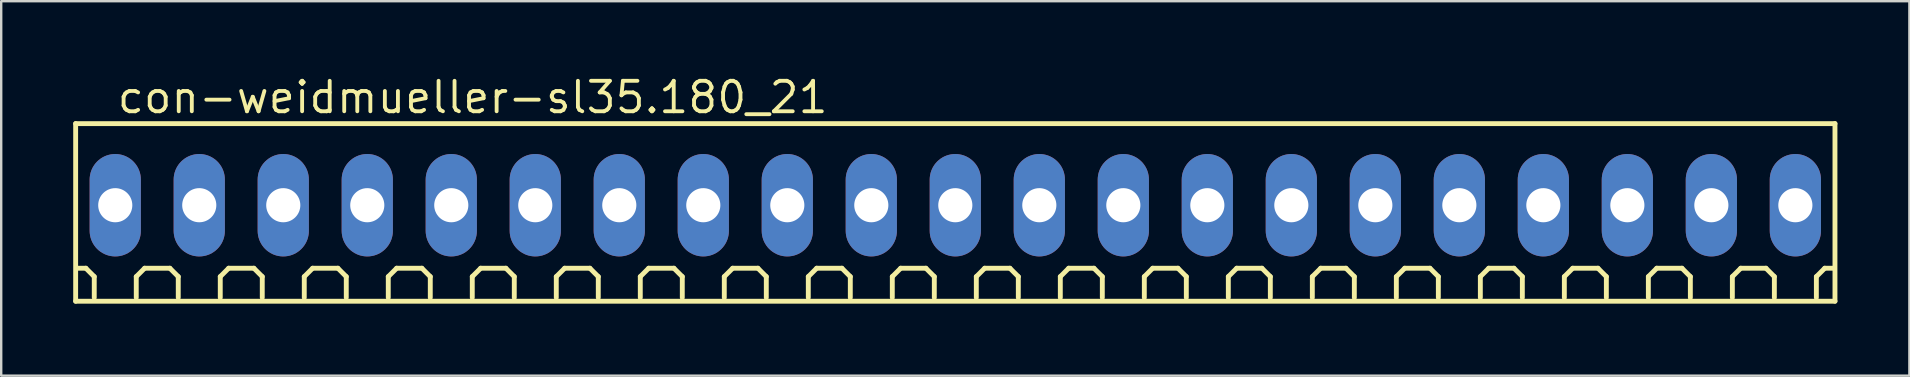
<source format=kicad_pcb>
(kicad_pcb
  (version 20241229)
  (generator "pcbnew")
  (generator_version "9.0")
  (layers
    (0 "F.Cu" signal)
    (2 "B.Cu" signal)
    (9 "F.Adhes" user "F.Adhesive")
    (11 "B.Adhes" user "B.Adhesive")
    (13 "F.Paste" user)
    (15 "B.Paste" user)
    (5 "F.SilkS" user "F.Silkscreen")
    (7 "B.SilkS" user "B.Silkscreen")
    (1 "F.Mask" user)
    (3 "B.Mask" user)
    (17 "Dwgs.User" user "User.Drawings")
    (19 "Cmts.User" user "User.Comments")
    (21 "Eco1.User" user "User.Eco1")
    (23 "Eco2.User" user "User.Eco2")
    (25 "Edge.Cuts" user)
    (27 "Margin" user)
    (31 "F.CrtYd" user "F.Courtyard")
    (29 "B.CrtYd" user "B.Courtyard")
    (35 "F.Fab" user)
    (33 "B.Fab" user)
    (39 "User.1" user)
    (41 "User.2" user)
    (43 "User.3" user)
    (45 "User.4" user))
  (footprint "con-weidmueller-sl35.180_21"
    (layer "F.Cu")
    (at 36.752 5.5)
    (property "Reference" "con-weidmueller-sl35.180_21" (at -35 -3.75 0) (layer "F.SilkS") (effects (font (size 1.27 1.27) (thickness 0.16)) (justify left bottom)))
    (attr through_hole)
    (fp_line (start -36.65 -3.4) (end 36.65 -3.4) (stroke (width 0.203) (type default)) (layer "F.SilkS"))
    (fp_line (start -36.65 4) (end -36.65 -3.4) (stroke (width 0.203) (type default)) (layer "F.SilkS"))
    (fp_line (start -36.225 2.625) (end -36.575 2.625) (stroke (width 0.203) (type default)) (layer "F.SilkS"))
    (fp_line (start -35.875 2.975) (end -36.225 2.625) (stroke (width 0.203) (type default)) (layer "F.SilkS"))
    (fp_line (start -35.875 3.85) (end -35.875 2.975) (stroke (width 0.203) (type default)) (layer "F.SilkS"))
    (fp_line (start -34.125 2.975) (end -33.775 2.625) (stroke (width 0.203) (type default)) (layer "F.SilkS"))
    (fp_line (start -34.125 3.85) (end -34.125 2.975) (stroke (width 0.203) (type default)) (layer "F.SilkS"))
    (fp_line (start -33.775 2.625) (end -32.725 2.625) (stroke (width 0.203) (type default)) (layer "F.SilkS"))
    (fp_line (start -32.725 2.625) (end -32.375 2.975) (stroke (width 0.203) (type default)) (layer "F.SilkS"))
    (fp_line (start -32.375 2.975) (end -32.375 3.85) (stroke (width 0.203) (type default)) (layer "F.SilkS"))
    (fp_line (start -30.625 2.975) (end -30.275 2.625) (stroke (width 0.203) (type default)) (layer "F.SilkS"))
    (fp_line (start -30.625 3.85) (end -30.625 2.975) (stroke (width 0.203) (type default)) (layer "F.SilkS"))
    (fp_line (start -30.275 2.625) (end -29.225 2.625) (stroke (width 0.203) (type default)) (layer "F.SilkS"))
    (fp_line (start -29.225 2.625) (end -28.875 2.975) (stroke (width 0.203) (type default)) (layer "F.SilkS"))
    (fp_line (start -28.875 2.975) (end -28.875 3.85) (stroke (width 0.203) (type default)) (layer "F.SilkS"))
    (fp_line (start -27.125 2.975) (end -26.775 2.625) (stroke (width 0.203) (type default)) (layer "F.SilkS"))
    (fp_line (start -27.125 3.85) (end -27.125 2.975) (stroke (width 0.203) (type default)) (layer "F.SilkS"))
    (fp_line (start -26.775 2.625) (end -25.725 2.625) (stroke (width 0.203) (type default)) (layer "F.SilkS"))
    (fp_line (start -25.725 2.625) (end -25.375 2.975) (stroke (width 0.203) (type default)) (layer "F.SilkS"))
    (fp_line (start -25.375 2.975) (end -25.375 3.85) (stroke (width 0.203) (type default)) (layer "F.SilkS"))
    (fp_line (start -23.625 2.975) (end -23.275 2.625) (stroke (width 0.203) (type default)) (layer "F.SilkS"))
    (fp_line (start -23.625 3.85) (end -23.625 2.975) (stroke (width 0.203) (type default)) (layer "F.SilkS"))
    (fp_line (start -23.275 2.625) (end -22.225 2.625) (stroke (width 0.203) (type default)) (layer "F.SilkS"))
    (fp_line (start -22.225 2.625) (end -21.875 2.975) (stroke (width 0.203) (type default)) (layer "F.SilkS"))
    (fp_line (start -21.875 2.975) (end -21.875 3.85) (stroke (width 0.203) (type default)) (layer "F.SilkS"))
    (fp_line (start -20.125 2.975) (end -19.775 2.625) (stroke (width 0.203) (type default)) (layer "F.SilkS"))
    (fp_line (start -20.125 3.85) (end -20.125 2.975) (stroke (width 0.203) (type default)) (layer "F.SilkS"))
    (fp_line (start -19.775 2.625) (end -18.725 2.625) (stroke (width 0.203) (type default)) (layer "F.SilkS"))
    (fp_line (start -18.725 2.625) (end -18.375 2.975) (stroke (width 0.203) (type default)) (layer "F.SilkS"))
    (fp_line (start -18.375 2.975) (end -18.375 3.85) (stroke (width 0.203) (type default)) (layer "F.SilkS"))
    (fp_line (start -16.625 2.975) (end -16.275 2.625) (stroke (width 0.203) (type default)) (layer "F.SilkS"))
    (fp_line (start -16.625 3.85) (end -16.625 2.975) (stroke (width 0.203) (type default)) (layer "F.SilkS"))
    (fp_line (start -16.275 2.625) (end -15.225 2.625) (stroke (width 0.203) (type default)) (layer "F.SilkS"))
    (fp_line (start -15.225 2.625) (end -14.875 2.975) (stroke (width 0.203) (type default)) (layer "F.SilkS"))
    (fp_line (start -14.875 2.975) (end -14.875 3.85) (stroke (width 0.203) (type default)) (layer "F.SilkS"))
    (fp_line (start -13.125 2.975) (end -12.775 2.625) (stroke (width 0.203) (type default)) (layer "F.SilkS"))
    (fp_line (start -13.125 3.85) (end -13.125 2.975) (stroke (width 0.203) (type default)) (layer "F.SilkS"))
    (fp_line (start -12.775 2.625) (end -11.725 2.625) (stroke (width 0.203) (type default)) (layer "F.SilkS"))
    (fp_line (start -11.725 2.625) (end -11.375 2.975) (stroke (width 0.203) (type default)) (layer "F.SilkS"))
    (fp_line (start -11.375 2.975) (end -11.375 3.85) (stroke (width 0.203) (type default)) (layer "F.SilkS"))
    (fp_line (start -9.625 2.975) (end -9.275 2.625) (stroke (width 0.203) (type default)) (layer "F.SilkS"))
    (fp_line (start -9.625 3.85) (end -9.625 2.975) (stroke (width 0.203) (type default)) (layer "F.SilkS"))
    (fp_line (start -9.275 2.625) (end -8.225 2.625) (stroke (width 0.203) (type default)) (layer "F.SilkS"))
    (fp_line (start -8.225 2.625) (end -7.875 2.975) (stroke (width 0.203) (type default)) (layer "F.SilkS"))
    (fp_line (start -7.875 2.975) (end -7.875 3.85) (stroke (width 0.203) (type default)) (layer "F.SilkS"))
    (fp_line (start -6.125 2.975) (end -5.775 2.625) (stroke (width 0.203) (type default)) (layer "F.SilkS"))
    (fp_line (start -6.125 3.85) (end -6.125 2.975) (stroke (width 0.203) (type default)) (layer "F.SilkS"))
    (fp_line (start -5.775 2.625) (end -4.725 2.625) (stroke (width 0.203) (type default)) (layer "F.SilkS"))
    (fp_line (start -4.725 2.625) (end -4.375 2.975) (stroke (width 0.203) (type default)) (layer "F.SilkS"))
    (fp_line (start -4.375 2.975) (end -4.375 3.85) (stroke (width 0.203) (type default)) (layer "F.SilkS"))
    (fp_line (start -2.625 2.975) (end -2.275 2.625) (stroke (width 0.203) (type default)) (layer "F.SilkS"))
    (fp_line (start -2.625 3.85) (end -2.625 2.975) (stroke (width 0.203) (type default)) (layer "F.SilkS"))
    (fp_line (start -2.275 2.625) (end -1.225 2.625) (stroke (width 0.203) (type default)) (layer "F.SilkS"))
    (fp_line (start -1.225 2.625) (end -0.875 2.975) (stroke (width 0.203) (type default)) (layer "F.SilkS"))
    (fp_line (start -0.875 2.975) (end -0.875 3.85) (stroke (width 0.203) (type default)) (layer "F.SilkS"))
    (fp_line (start 0.875 2.975) (end 1.225 2.625) (stroke (width 0.203) (type default)) (layer "F.SilkS"))
    (fp_line (start 0.875 3.85) (end 0.875 2.975) (stroke (width 0.203) (type default)) (layer "F.SilkS"))
    (fp_line (start 1.225 2.625) (end 2.275 2.625) (stroke (width 0.203) (type default)) (layer "F.SilkS"))
    (fp_line (start 2.275 2.625) (end 2.625 2.975) (stroke (width 0.203) (type default)) (layer "F.SilkS"))
    (fp_line (start 2.625 2.975) (end 2.625 3.85) (stroke (width 0.203) (type default)) (layer "F.SilkS"))
    (fp_line (start 4.375 2.975) (end 4.725 2.625) (stroke (width 0.203) (type default)) (layer "F.SilkS"))
    (fp_line (start 4.375 3.85) (end 4.375 2.975) (stroke (width 0.203) (type default)) (layer "F.SilkS"))
    (fp_line (start 4.725 2.625) (end 5.775 2.625) (stroke (width 0.203) (type default)) (layer "F.SilkS"))
    (fp_line (start 5.775 2.625) (end 6.125 2.975) (stroke (width 0.203) (type default)) (layer "F.SilkS"))
    (fp_line (start 6.125 2.975) (end 6.125 3.85) (stroke (width 0.203) (type default)) (layer "F.SilkS"))
    (fp_line (start 7.875 2.975) (end 8.225 2.625) (stroke (width 0.203) (type default)) (layer "F.SilkS"))
    (fp_line (start 7.875 3.85) (end 7.875 2.975) (stroke (width 0.203) (type default)) (layer "F.SilkS"))
    (fp_line (start 8.225 2.625) (end 9.275 2.625) (stroke (width 0.203) (type default)) (layer "F.SilkS"))
    (fp_line (start 9.275 2.625) (end 9.625 2.975) (stroke (width 0.203) (type default)) (layer "F.SilkS"))
    (fp_line (start 9.625 2.975) (end 9.625 3.85) (stroke (width 0.203) (type default)) (layer "F.SilkS"))
    (fp_line (start 11.375 2.975) (end 11.725 2.625) (stroke (width 0.203) (type default)) (layer "F.SilkS"))
    (fp_line (start 11.375 3.85) (end 11.375 2.975) (stroke (width 0.203) (type default)) (layer "F.SilkS"))
    (fp_line (start 11.725 2.625) (end 12.775 2.625) (stroke (width 0.203) (type default)) (layer "F.SilkS"))
    (fp_line (start 12.775 2.625) (end 13.125 2.975) (stroke (width 0.203) (type default)) (layer "F.SilkS"))
    (fp_line (start 13.125 2.975) (end 13.125 3.85) (stroke (width 0.203) (type default)) (layer "F.SilkS"))
    (fp_line (start 14.875 2.975) (end 15.225 2.625) (stroke (width 0.203) (type default)) (layer "F.SilkS"))
    (fp_line (start 14.875 3.85) (end 14.875 2.975) (stroke (width 0.203) (type default)) (layer "F.SilkS"))
    (fp_line (start 15.225 2.625) (end 16.275 2.625) (stroke (width 0.203) (type default)) (layer "F.SilkS"))
    (fp_line (start 16.275 2.625) (end 16.625 2.975) (stroke (width 0.203) (type default)) (layer "F.SilkS"))
    (fp_line (start 16.625 2.975) (end 16.625 3.85) (stroke (width 0.203) (type default)) (layer "F.SilkS"))
    (fp_line (start 18.375 2.975) (end 18.725 2.625) (stroke (width 0.203) (type default)) (layer "F.SilkS"))
    (fp_line (start 18.375 3.85) (end 18.375 2.975) (stroke (width 0.203) (type default)) (layer "F.SilkS"))
    (fp_line (start 18.725 2.625) (end 19.775 2.625) (stroke (width 0.203) (type default)) (layer "F.SilkS"))
    (fp_line (start 19.775 2.625) (end 20.125 2.975) (stroke (width 0.203) (type default)) (layer "F.SilkS"))
    (fp_line (start 20.125 2.975) (end 20.125 3.85) (stroke (width 0.203) (type default)) (layer "F.SilkS"))
    (fp_line (start 21.875 2.975) (end 22.225 2.625) (stroke (width 0.203) (type default)) (layer "F.SilkS"))
    (fp_line (start 21.875 3.85) (end 21.875 2.975) (stroke (width 0.203) (type default)) (layer "F.SilkS"))
    (fp_line (start 22.225 2.625) (end 23.275 2.625) (stroke (width 0.203) (type default)) (layer "F.SilkS"))
    (fp_line (start 23.275 2.625) (end 23.625 2.975) (stroke (width 0.203) (type default)) (layer "F.SilkS"))
    (fp_line (start 23.625 2.975) (end 23.625 3.85) (stroke (width 0.203) (type default)) (layer "F.SilkS"))
    (fp_line (start 25.375 2.975) (end 25.725 2.625) (stroke (width 0.203) (type default)) (layer "F.SilkS"))
    (fp_line (start 25.375 3.85) (end 25.375 2.975) (stroke (width 0.203) (type default)) (layer "F.SilkS"))
    (fp_line (start 25.725 2.625) (end 26.775 2.625) (stroke (width 0.203) (type default)) (layer "F.SilkS"))
    (fp_line (start 26.775 2.625) (end 27.125 2.975) (stroke (width 0.203) (type default)) (layer "F.SilkS"))
    (fp_line (start 27.125 2.975) (end 27.125 3.85) (stroke (width 0.203) (type default)) (layer "F.SilkS"))
    (fp_line (start 28.875 2.975) (end 29.225 2.625) (stroke (width 0.203) (type default)) (layer "F.SilkS"))
    (fp_line (start 28.875 3.85) (end 28.875 2.975) (stroke (width 0.203) (type default)) (layer "F.SilkS"))
    (fp_line (start 29.225 2.625) (end 30.275 2.625) (stroke (width 0.203) (type default)) (layer "F.SilkS"))
    (fp_line (start 30.275 2.625) (end 30.625 2.975) (stroke (width 0.203) (type default)) (layer "F.SilkS"))
    (fp_line (start 30.625 2.975) (end 30.625 3.85) (stroke (width 0.203) (type default)) (layer "F.SilkS"))
    (fp_line (start 32.375 2.975) (end 32.725 2.625) (stroke (width 0.203) (type default)) (layer "F.SilkS"))
    (fp_line (start 32.375 3.85) (end 32.375 2.975) (stroke (width 0.203) (type default)) (layer "F.SilkS"))
    (fp_line (start 32.725 2.625) (end 33.775 2.625) (stroke (width 0.203) (type default)) (layer "F.SilkS"))
    (fp_line (start 33.775 2.625) (end 34.125 2.975) (stroke (width 0.203) (type default)) (layer "F.SilkS"))
    (fp_line (start 34.125 2.975) (end 34.125 3.85) (stroke (width 0.203) (type default)) (layer "F.SilkS"))
    (fp_line (start 35.875 2.975) (end 36.225 2.625) (stroke (width 0.203) (type default)) (layer "F.SilkS"))
    (fp_line (start 35.875 3.85) (end 35.875 2.975) (stroke (width 0.203) (type default)) (layer "F.SilkS"))
    (fp_line (start 36.225 2.625) (end 36.575 2.625) (stroke (width 0.203) (type default)) (layer "F.SilkS"))
    (fp_line (start 36.65 -3.4) (end 36.65 4) (stroke (width 0.203) (type default)) (layer "F.SilkS"))
    (fp_line (start 36.65 4) (end -36.65 4) (stroke (width 0.203) (type default)) (layer "F.SilkS"))
    (pad "1" thru_hole oval (at -35 0 90) (size 4.267 2.134) (drill 1.422) (layers "*.Cu" "*.Mask"))
    (pad "2" thru_hole oval (at -31.5 0 90) (size 4.267 2.134) (drill 1.422) (layers "*.Cu" "*.Mask"))
    (pad "3" thru_hole oval (at -28 0 90) (size 4.267 2.134) (drill 1.422) (layers "*.Cu" "*.Mask"))
    (pad "4" thru_hole oval (at -24.5 0 90) (size 4.267 2.134) (drill 1.422) (layers "*.Cu" "*.Mask"))
    (pad "5" thru_hole oval (at -21 0 90) (size 4.267 2.134) (drill 1.422) (layers "*.Cu" "*.Mask"))
    (pad "6" thru_hole oval (at -17.5 0 90) (size 4.267 2.134) (drill 1.422) (layers "*.Cu" "*.Mask"))
    (pad "7" thru_hole oval (at -14 0 90) (size 4.267 2.134) (drill 1.422) (layers "*.Cu" "*.Mask"))
    (pad "8" thru_hole oval (at -10.5 0 90) (size 4.267 2.134) (drill 1.422) (layers "*.Cu" "*.Mask"))
    (pad "9" thru_hole oval (at -7 0 90) (size 4.267 2.134) (drill 1.422) (layers "*.Cu" "*.Mask"))
    (pad "10" thru_hole oval (at -3.5 0 90) (size 4.267 2.134) (drill 1.422) (layers "*.Cu" "*.Mask"))
    (pad "11" thru_hole oval (at 0 0 90) (size 4.267 2.134) (drill 1.422) (layers "*.Cu" "*.Mask"))
    (pad "12" thru_hole oval (at 3.5 0 90) (size 4.267 2.134) (drill 1.422) (layers "*.Cu" "*.Mask"))
    (pad "13" thru_hole oval (at 7 0 90) (size 4.267 2.134) (drill 1.422) (layers "*.Cu" "*.Mask"))
    (pad "14" thru_hole oval (at 10.5 0 90) (size 4.267 2.134) (drill 1.422) (layers "*.Cu" "*.Mask"))
    (pad "15" thru_hole oval (at 14 0 90) (size 4.267 2.134) (drill 1.422) (layers "*.Cu" "*.Mask"))
    (pad "16" thru_hole oval (at 17.5 0 90) (size 4.267 2.134) (drill 1.422) (layers "*.Cu" "*.Mask"))
    (pad "17" thru_hole oval (at 21 0 90) (size 4.267 2.134) (drill 1.422) (layers "*.Cu" "*.Mask"))
    (pad "18" thru_hole oval (at 24.5 0 90) (size 4.267 2.134) (drill 1.422) (layers "*.Cu" "*.Mask"))
    (pad "19" thru_hole oval (at 28 0 90) (size 4.267 2.134) (drill 1.422) (layers "*.Cu" "*.Mask"))
    (pad "20" thru_hole oval (at 31.5 0 90) (size 4.267 2.134) (drill 1.422) (layers "*.Cu" "*.Mask"))
    (pad "21" thru_hole oval (at 35 0 90) (size 4.267 2.134) (drill 1.422) (layers "*.Cu" "*.Mask")))
  (gr_rect
    (start -3 -3)
    (end 76.503 12.602)
    (stroke (width 0.1) (type default))
    (fill no)
    (layer "Edge.Cuts")))
</source>
